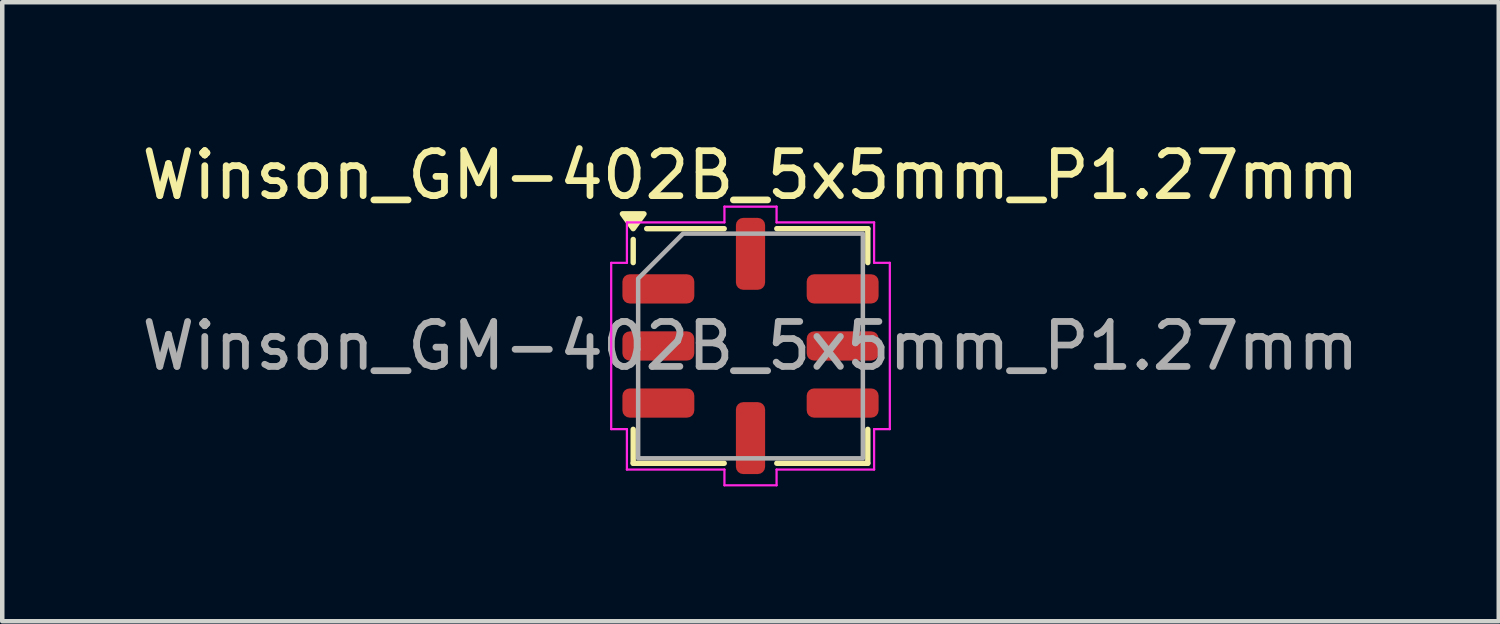
<source format=kicad_pcb>
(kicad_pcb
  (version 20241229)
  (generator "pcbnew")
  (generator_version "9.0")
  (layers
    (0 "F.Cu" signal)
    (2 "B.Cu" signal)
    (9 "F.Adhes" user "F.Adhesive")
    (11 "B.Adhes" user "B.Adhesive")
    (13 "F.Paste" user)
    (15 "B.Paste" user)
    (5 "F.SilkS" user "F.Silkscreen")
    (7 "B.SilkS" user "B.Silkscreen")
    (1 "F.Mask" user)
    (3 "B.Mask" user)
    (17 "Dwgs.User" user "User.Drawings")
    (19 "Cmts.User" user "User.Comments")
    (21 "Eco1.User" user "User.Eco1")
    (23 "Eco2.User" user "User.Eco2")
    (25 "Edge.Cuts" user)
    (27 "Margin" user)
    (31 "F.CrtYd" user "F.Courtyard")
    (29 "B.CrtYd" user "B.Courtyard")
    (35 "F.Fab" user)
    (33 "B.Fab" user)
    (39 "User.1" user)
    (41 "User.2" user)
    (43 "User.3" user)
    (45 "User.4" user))
  (footprint "Winson_GM-402B_5x5mm_P1.27mm"
    (layer "F.Cu")
    (at 13.649 4.648)
    (property "Reference" "Winson_GM-402B_5x5mm_P1.27mm" (at 0 -3.8 0) (layer "F.SilkS") (effects (font (size 1 1) (thickness 0.15))))
    (attr smd)
    (fp_line (start -2.61 -1.855) (end -2.61 -2.37) (stroke (width 0.12) (type solid)) (layer "F.SilkS"))
    (fp_line (start -2.61 2.61) (end -2.61 1.855) (stroke (width 0.12) (type solid)) (layer "F.SilkS"))
    (fp_line (start -0.585 -2.61) (end -2.31 -2.61) (stroke (width 0.12) (type solid)) (layer "F.SilkS"))
    (fp_line (start -0.585 2.61) (end -2.61 2.61) (stroke (width 0.12) (type solid)) (layer "F.SilkS"))
    (fp_line (start 0.585 -2.61) (end 2.61 -2.61) (stroke (width 0.12) (type solid)) (layer "F.SilkS"))
    (fp_line (start 0.585 2.61) (end 2.61 2.61) (stroke (width 0.12) (type solid)) (layer "F.SilkS"))
    (fp_line (start 2.61 -2.61) (end 2.61 -1.855) (stroke (width 0.12) (type solid)) (layer "F.SilkS"))
    (fp_line (start 2.61 2.61) (end 2.61 1.855) (stroke (width 0.12) (type solid)) (layer "F.SilkS"))
    (fp_poly (pts (xy -2.61 -2.61) (xy -2.85 -2.94) (xy -2.37 -2.94)) (stroke (width 0.12) (type solid)) (fill yes) (layer "F.SilkS"))
    (fp_line (start -3.1 -1.85) (end -2.75 -1.85) (stroke (width 0.05) (type solid)) (layer "F.CrtYd"))
    (fp_line (start -3.1 1.85) (end -3.1 -1.85) (stroke (width 0.05) (type solid)) (layer "F.CrtYd"))
    (fp_line (start -2.75 -2.75) (end -0.58 -2.75) (stroke (width 0.05) (type solid)) (layer "F.CrtYd"))
    (fp_line (start -2.75 -1.85) (end -2.75 -2.75) (stroke (width 0.05) (type solid)) (layer "F.CrtYd"))
    (fp_line (start -2.75 1.85) (end -3.1 1.85) (stroke (width 0.05) (type solid)) (layer "F.CrtYd"))
    (fp_line (start -2.75 2.75) (end -2.75 1.85) (stroke (width 0.05) (type solid)) (layer "F.CrtYd"))
    (fp_line (start -0.58 -3.1) (end 0.58 -3.1) (stroke (width 0.05) (type solid)) (layer "F.CrtYd"))
    (fp_line (start -0.58 -2.75) (end -0.58 -3.1) (stroke (width 0.05) (type solid)) (layer "F.CrtYd"))
    (fp_line (start -0.58 2.75) (end -2.75 2.75) (stroke (width 0.05) (type solid)) (layer "F.CrtYd"))
    (fp_line (start -0.58 3.1) (end -0.58 2.75) (stroke (width 0.05) (type solid)) (layer "F.CrtYd"))
    (fp_line (start 0.58 -3.1) (end 0.58 -2.75) (stroke (width 0.05) (type solid)) (layer "F.CrtYd"))
    (fp_line (start 0.58 -2.75) (end 2.75 -2.75) (stroke (width 0.05) (type solid)) (layer "F.CrtYd"))
    (fp_line (start 0.58 2.75) (end 0.58 3.1) (stroke (width 0.05) (type solid)) (layer "F.CrtYd"))
    (fp_line (start 0.58 3.1) (end -0.58 3.1) (stroke (width 0.05) (type solid)) (layer "F.CrtYd"))
    (fp_line (start 2.75 -2.75) (end 2.75 -1.85) (stroke (width 0.05) (type solid)) (layer "F.CrtYd"))
    (fp_line (start 2.75 -1.85) (end 3.1 -1.85) (stroke (width 0.05) (type solid)) (layer "F.CrtYd"))
    (fp_line (start 2.75 1.85) (end 2.75 2.75) (stroke (width 0.05) (type solid)) (layer "F.CrtYd"))
    (fp_line (start 2.75 2.75) (end 0.58 2.75) (stroke (width 0.05) (type solid)) (layer "F.CrtYd"))
    (fp_line (start 3.1 -1.85) (end 3.1 1.85) (stroke (width 0.05) (type solid)) (layer "F.CrtYd"))
    (fp_line (start 3.1 1.85) (end 2.75 1.85) (stroke (width 0.05) (type solid)) (layer "F.CrtYd"))
    (fp_poly (pts (xy -2.5 -1.5) (xy -2.5 2.5) (xy 2.5 2.5) (xy 2.5 -2.5) (xy -1.5 -2.5)) (stroke (width 0.1) (type solid)) (fill no) (layer "F.Fab"))
    (fp_text user "${REFERENCE}" (at 0 0 0) (layer "F.Fab") (effects (font (size 1 1) (thickness 0.15))))
    (pad "1" smd roundrect (at -2.05 -1.27) (size 1.6 0.65) (layers "F.Cu" "F.Mask" "F.Paste") (roundrect_rratio 0.25))
    (pad "2" smd roundrect (at -2.05 0) (size 1.6 0.65) (layers "F.Cu" "F.Mask" "F.Paste") (roundrect_rratio 0.25))
    (pad "3" smd roundrect (at -2.05 1.27) (size 1.6 0.65) (layers "F.Cu" "F.Mask" "F.Paste") (roundrect_rratio 0.25))
    (pad "4" smd roundrect (at 0 2.05) (size 0.65 1.6) (layers "F.Cu" "F.Mask" "F.Paste") (roundrect_rratio 0.25))
    (pad "5" smd roundrect (at 2.05 1.27) (size 1.6 0.65) (layers "F.Cu" "F.Mask" "F.Paste") (roundrect_rratio 0.25))
    (pad "6" smd roundrect (at 2.05 0) (size 1.6 0.65) (layers "F.Cu" "F.Mask" "F.Paste") (roundrect_rratio 0.25))
    (pad "7" smd roundrect (at 2.05 -1.27) (size 1.6 0.65) (layers "F.Cu" "F.Mask" "F.Paste") (roundrect_rratio 0.25))
    (pad "8" smd roundrect (at 0 -2.05) (size 0.65 1.6) (layers "F.Cu" "F.Mask" "F.Paste") (roundrect_rratio 0.25)))
  (gr_rect
    (start -3 -3)
    (end 30.298 10.773)
    (stroke (width 0.1) (type default))
    (fill no)
    (layer "Edge.Cuts")))
</source>
